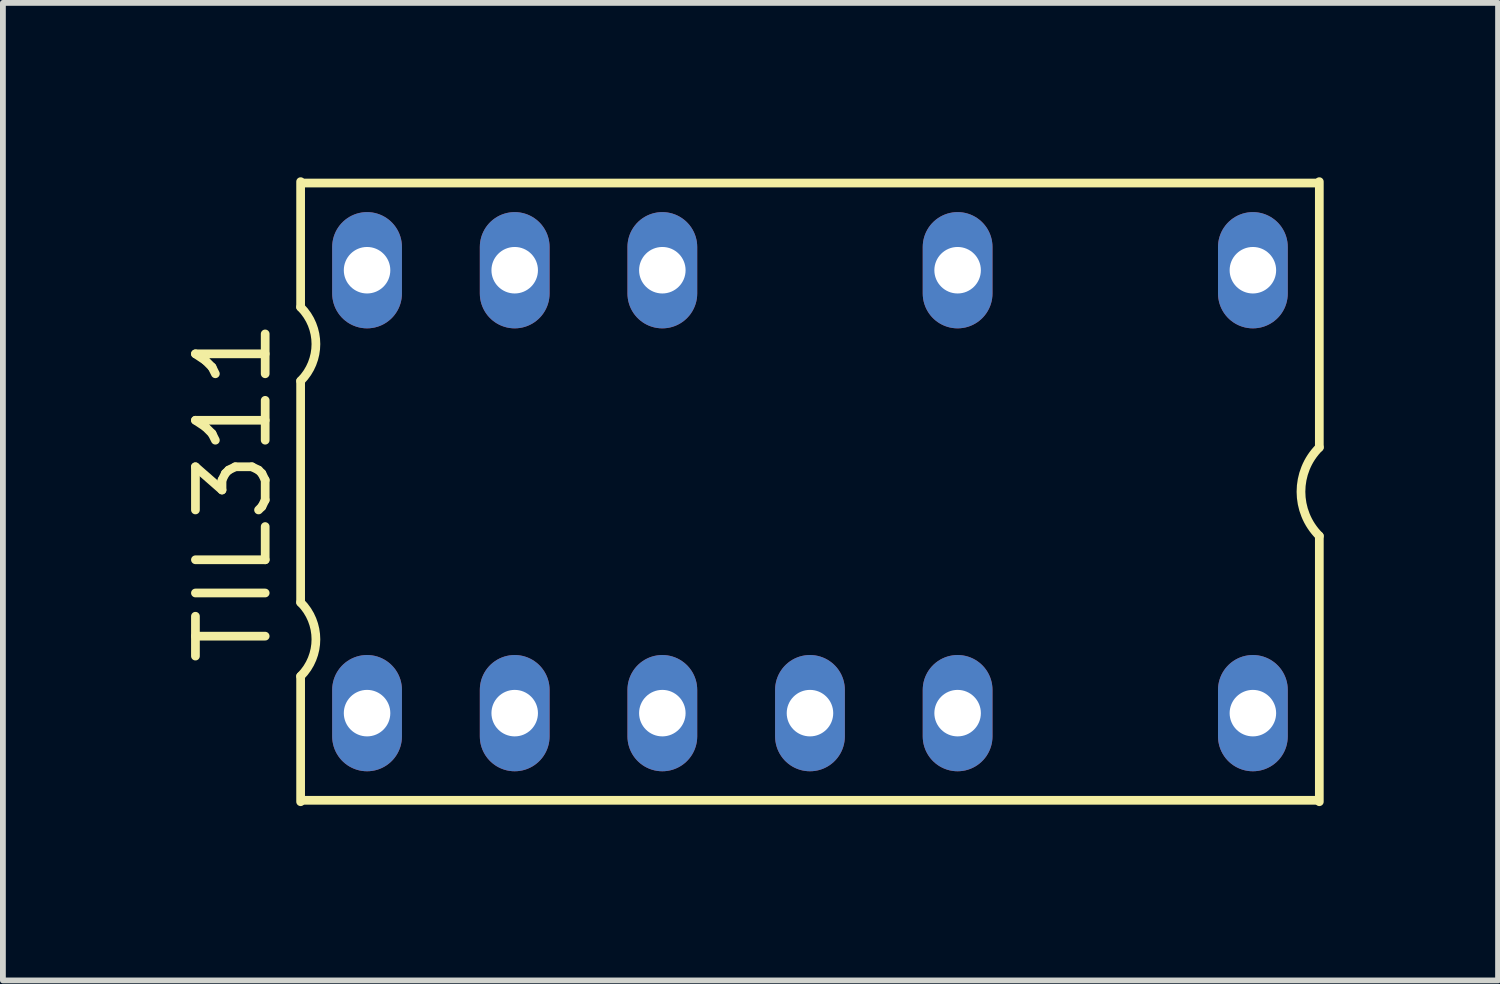
<source format=kicad_pcb>
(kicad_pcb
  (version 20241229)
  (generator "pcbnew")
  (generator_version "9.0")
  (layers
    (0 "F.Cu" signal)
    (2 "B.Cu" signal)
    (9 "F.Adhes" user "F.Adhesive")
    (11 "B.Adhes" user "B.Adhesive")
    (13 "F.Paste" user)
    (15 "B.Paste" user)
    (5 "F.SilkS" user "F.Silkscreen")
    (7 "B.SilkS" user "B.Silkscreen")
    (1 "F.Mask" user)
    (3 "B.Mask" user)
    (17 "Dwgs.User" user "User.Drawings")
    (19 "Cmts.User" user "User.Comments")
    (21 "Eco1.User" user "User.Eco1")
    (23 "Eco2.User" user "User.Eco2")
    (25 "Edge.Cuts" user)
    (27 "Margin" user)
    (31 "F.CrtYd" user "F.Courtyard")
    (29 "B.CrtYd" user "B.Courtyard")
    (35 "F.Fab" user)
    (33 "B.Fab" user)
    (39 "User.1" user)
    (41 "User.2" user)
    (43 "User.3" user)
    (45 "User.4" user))
  (footprint "TIL311"
    (layer "F.Cu")
    (at 10.885 5.409)
    (property "Reference" "TIL311" (at -9.92 0 90) (layer "F.SilkS") (effects (font (size 1.2 1.2) (thickness 0.15))))
    (attr through_hole)
    (fp_line (start -8.763 -5.334) (end -8.763 -3.175) (stroke (width 0.15) (type solid)) (layer "F.SilkS"))
    (fp_line (start -8.763 -1.905) (end -8.763 1.905) (stroke (width 0.15) (type solid)) (layer "F.SilkS"))
    (fp_line (start -8.763 3.175) (end -8.763 5.334) (stroke (width 0.15) (type solid)) (layer "F.SilkS"))
    (fp_line (start -8.72 5.31) (end 8.72 5.31) (stroke (width 0.15) (type solid)) (layer "F.SilkS"))
    (fp_line (start 8.72 -5.31) (end -8.72 -5.31) (stroke (width 0.15) (type solid)) (layer "F.SilkS"))
    (fp_line (start 8.763 -5.334) (end 8.763 -0.762) (stroke (width 0.15) (type solid)) (layer "F.SilkS"))
    (fp_line (start 8.763 0.762) (end 8.763 5.334) (stroke (width 0.15) (type solid)) (layer "F.SilkS"))
    (fp_arc (start -8.763 -3.175) (mid -8.499974 -2.54) (end -8.763 -1.905) (stroke (width 0.15) (type solid)) (layer "F.SilkS"))
    (fp_arc (start -8.763 1.905) (mid -8.499974 2.54) (end -8.763 3.175) (stroke (width 0.15) (type solid)) (layer "F.SilkS"))
    (fp_arc (start 8.763 0.762) (mid 8.447369 0) (end 8.763 -0.762) (stroke (width 0.15) (type solid)) (layer "F.SilkS"))
    (pad "1" thru_hole oval (at -7.62 3.81) (size 1.2 2) (drill 0.8) (layers "*.Cu" "*.Mask"))
    (pad "2" thru_hole oval (at -5.08 3.81) (size 1.2 2) (drill 0.8) (layers "*.Cu" "*.Mask"))
    (pad "3" thru_hole oval (at -2.54 3.81) (size 1.2 2) (drill 0.8) (layers "*.Cu" "*.Mask"))
    (pad "4" thru_hole oval (at 0 3.81) (size 1.2 2) (drill 0.8) (layers "*.Cu" "*.Mask"))
    (pad "5" thru_hole oval (at 2.54 3.81) (size 1.2 2) (drill 0.8) (layers "*.Cu" "*.Mask"))
    (pad "7" thru_hole oval (at 7.62 3.81) (size 1.2 2) (drill 0.8) (layers "*.Cu" "*.Mask"))
    (pad "8" thru_hole oval (at 7.62 -3.81) (size 1.2 2) (drill 0.8) (layers "*.Cu" "*.Mask"))
    (pad "10" thru_hole oval (at 2.54 -3.81) (size 1.2 2) (drill 0.8) (layers "*.Cu" "*.Mask"))
    (pad "12" thru_hole oval (at -2.54 -3.81) (size 1.2 2) (drill 0.8) (layers "*.Cu" "*.Mask"))
    (pad "13" thru_hole oval (at -5.08 -3.81) (size 1.2 2) (drill 0.8) (layers "*.Cu" "*.Mask"))
    (pad "14" thru_hole oval (at -7.62 -3.81) (size 1.2 2) (drill 0.8) (layers "*.Cu" "*.Mask")))
  (gr_rect
    (start -3 -3)
    (end 22.723 13.818)
    (stroke (width 0.1) (type default))
    (fill no)
    (layer "Edge.Cuts")))
</source>
